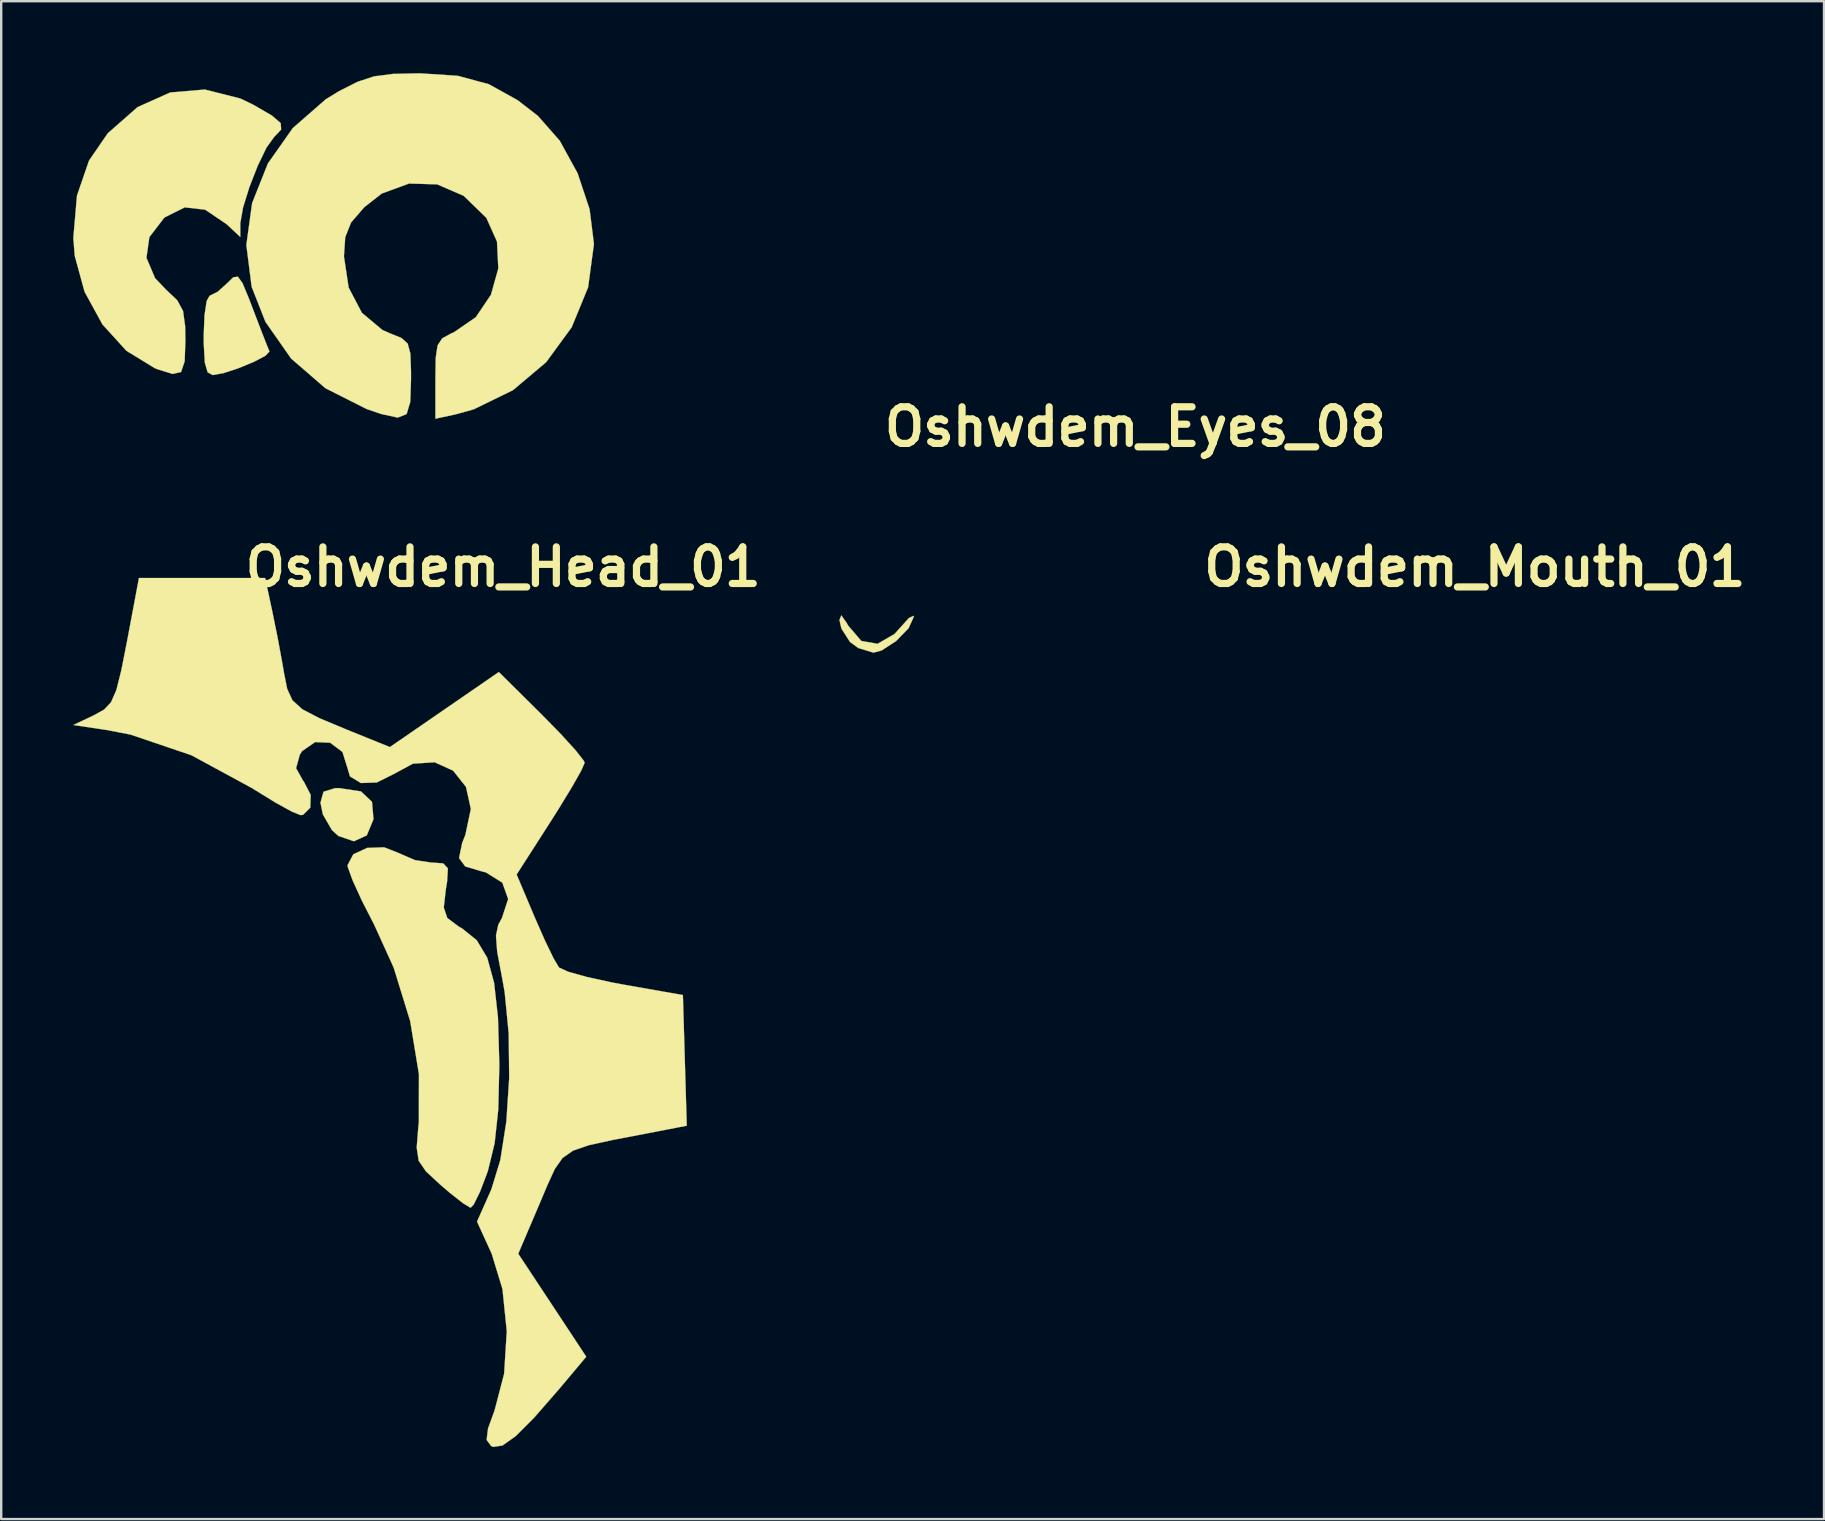
<source format=kicad_pcb>
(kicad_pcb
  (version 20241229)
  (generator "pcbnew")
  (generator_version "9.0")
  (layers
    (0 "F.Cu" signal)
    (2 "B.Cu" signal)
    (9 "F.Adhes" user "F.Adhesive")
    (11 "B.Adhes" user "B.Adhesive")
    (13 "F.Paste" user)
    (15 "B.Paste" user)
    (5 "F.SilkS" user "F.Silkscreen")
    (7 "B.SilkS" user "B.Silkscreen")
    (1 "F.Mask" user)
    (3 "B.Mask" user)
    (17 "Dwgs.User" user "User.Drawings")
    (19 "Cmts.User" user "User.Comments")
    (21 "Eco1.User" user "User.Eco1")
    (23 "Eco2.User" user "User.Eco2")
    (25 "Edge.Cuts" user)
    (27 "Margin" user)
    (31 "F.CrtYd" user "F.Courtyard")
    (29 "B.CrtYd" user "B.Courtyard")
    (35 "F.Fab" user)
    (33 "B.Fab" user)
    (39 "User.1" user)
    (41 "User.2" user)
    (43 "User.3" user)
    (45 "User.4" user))
  (footprint "Oshwdem_Head_01"
    (layer "F.Cu")
    (at 13.403 38.806)
    (property "Reference" "Oshwdem_Head_01" (at 4.508 -18.24 0) (layer "F.SilkS") (effects (font (size 1.524 1.524) (thickness 0.3))))
    (attr through_hole)
    (fp_poly (pts (xy -1.416 -8.889) (xy -0.958 -8.456) (xy -0.895 -7.73) (xy -1.174 -7.057) (xy -1.712 -6.812) (xy -2.359 -7.035) (xy -2.626 -7.277) (xy -3.004 -7.931) (xy -3.104 -8.418) (xy -2.978 -8.875) (xy -2.496 -9.024) (xy -2.328 -9.027) (xy -1.416 -8.889)) (stroke (width 0.01) (type solid)) (fill yes) (layer "F.SilkS"))
    (fp_poly (pts (xy 0.084 -6.351) (xy 0.833 -6.027) (xy 1.499 -5.927) (xy 2.008 -5.892) (xy 2.204 -5.684) (xy 2.173 -5.142) (xy 2.117 -4.799) (xy 2.033 -4.051) (xy 2.179 -3.616) (xy 2.654 -3.261) (xy 2.802 -3.176) (xy 3.407 -2.688) (xy 3.843 -1.96) (xy 4.13 -0.912) (xy 4.291 0.534) (xy 4.346 2.456) (xy 4.346 2.54) (xy 4.303 4.362) (xy 4.151 5.77) (xy 3.874 6.906) (xy 3.848 6.985) (xy 3.54 7.794) (xy 3.275 8.327) (xy 3.152 8.455) (xy 2.849 8.276) (xy 2.283 7.832) (xy 1.888 7.493) (xy 1.29 6.939) (xy 0.987 6.495) (xy 0.905 5.95) (xy 0.972 5.092) (xy 0.994 4.894) (xy 0.998 2.892) (xy 0.634 0.681) (xy -0.056 -1.555) (xy -0.867 -3.338) (xy -1.381 -4.343) (xy -1.768 -5.191) (xy -1.964 -5.734) (xy -1.976 -5.814) (xy -1.736 -6.269) (xy -1.159 -6.536) (xy -0.455 -6.561) (xy 0.084 -6.351)) (stroke (width 0.01) (type solid)) (fill yes) (layer "F.SilkS"))
    (fp_poly (pts (xy -5.108 -16.375) (xy -4.884 -15.272) (xy -4.682 -14.173) (xy -4.626 -13.841) (xy -4.491 -13.162) (xy -4.273 -12.686) (xy -3.86 -12.311) (xy -3.141 -11.936) (xy -2.011 -11.464) (xy -0.212 -10.736) (xy 2.057 -12.299) (xy 4.326 -13.862) (xy 6.114 -12.09) (xy 6.91 -11.276) (xy 7.524 -10.602) (xy 7.863 -10.169) (xy 7.902 -10.082) (xy 7.759 -9.755) (xy 7.374 -9.075) (xy 6.816 -8.16) (xy 6.485 -7.637) (xy 5.068 -5.428) (xy 5.827 -3.631) (xy 6.244 -2.685) (xy 6.606 -1.937) (xy 6.833 -1.552) (xy 7.208 -1.379) (xy 7.997 -1.158) (xy 9.058 -0.927) (xy 9.537 -0.838) (xy 11.994 -0.406) (xy 12.155 5.036) (xy 10.523 5.352) (xy 9.082 5.628) (xy 8.083 5.846) (xy 7.418 6.074) (xy 6.979 6.382) (xy 6.658 6.839) (xy 6.348 7.515) (xy 6.05 8.223) (xy 5.135 10.369) (xy 6.552 12.514) (xy 7.968 14.659) (xy 6.835 16.008) (xy 5.797 17.198) (xy 5.029 17.967) (xy 4.477 18.359) (xy 4.091 18.416) (xy 4.002 18.376) (xy 3.818 18.125) (xy 3.876 17.647) (xy 4.146 16.907) (xy 4.547 15.368) (xy 4.657 13.599) (xy 4.478 11.842) (xy 4.03 10.372) (xy 3.418 9.031) (xy 4.014 7.691) (xy 4.388 6.47) (xy 4.639 4.867) (xy 4.758 3.051) (xy 4.737 1.194) (xy 4.568 -0.536) (xy 4.456 -1.159) (xy 4.257 -2.211) (xy 4.207 -2.884) (xy 4.305 -3.342) (xy 4.455 -3.613) (xy 4.715 -4.406) (xy 4.472 -5.088) (xy 3.785 -5.517) (xy 3.64 -5.551) (xy 2.927 -5.763) (xy 2.669 -6.111) (xy 2.798 -6.74) (xy 2.932 -7.077) (xy 3.161 -8.157) (xy 2.958 -9.077) (xy 2.423 -9.753) (xy 1.653 -10.103) (xy 0.746 -10.044) (xy -0.058 -9.61) (xy -0.757 -9.262) (xy -1.42 -9.238) (xy -1.875 -9.515) (xy -1.976 -9.854) (xy -2.188 -10.534) (xy -2.7 -10.916) (xy -3.324 -10.945) (xy -3.869 -10.569) (xy -3.964 -10.419) (xy -4.12 -9.857) (xy -3.829 -9.335) (xy -3.798 -9.3) (xy -3.511 -8.745) (xy -3.528 -8.211) (xy -3.83 -7.914) (xy -3.933 -7.902) (xy -4.293 -8.046) (xy -4.981 -8.426) (xy -5.854 -8.962) (xy -5.947 -9.022) (xy -8.482 -10.397) (xy -11.012 -11.255) (xy -12.002 -11.446) (xy -13.398 -11.655) (xy -12.531 -12.066) (xy -12.119 -12.296) (xy -11.83 -12.601) (xy -11.608 -13.105) (xy -11.401 -13.927) (xy -11.164 -15.128) (xy -10.665 -17.78) (xy -5.409 -17.78) (xy -5.108 -16.375)) (stroke (width 0.01) (type solid)) (fill yes) (layer "F.SilkS")))
  (footprint "Oshwdem_Mouth_01"
    (layer "F.Cu")
    (at 33.607 23.007)
    (property "Reference" "Oshwdem_Mouth_01" (at 24.778 -2.441 0) (layer "F.SilkS") (effects (font (size 1.524 1.524) (thickness 0.3))))
    (attr through_hole)
    (fp_poly (pts (xy -1.374 -0.087) (xy -1.329 0) (xy -0.778 0.642) (xy -0.1 0.761) (xy 0.606 0.352) (xy 0.814 0.118) (xy 1.205 -0.313) (xy 1.405 -0.405) (xy 1.411 -0.373) (xy 1.191 0.112) (xy 0.672 0.646) (xy 0.068 1.039) (xy -0.273 1.129) (xy -0.902 0.938) (xy -1.25 0.685) (xy -1.61 0.122) (xy -1.689 -0.232) (xy -1.61 -0.424) (xy -1.374 -0.087)) (stroke (width 0.01) (type solid)) (fill yes) (layer "F.SilkS")))
  (footprint "Oshwdem_Eyes_08"
    (layer "F.Cu")
    (at 10.769 6.986)
    (property "Reference" "Oshwdem_Eyes_08" (at 33.477 7.744 0) (layer "F.SilkS") (effects (font (size 1.524 1.524) (thickness 0.3))))
    (attr through_hole)
    (fp_poly (pts (xy -3.716 1.761) (xy -3.448 2.405) (xy -3.278 2.849) (xy -2.96 3.681) (xy -2.714 4.312) (xy -2.595 4.604) (xy -2.756 4.78) (xy -3.239 5.035) (xy -3.878 5.3) (xy -4.509 5.507) (xy -4.958 5.588) (xy -5.17 5.473) (xy -5.287 5.067) (xy -5.332 4.277) (xy -5.334 3.937) (xy -5.3 3.096) (xy -5.21 2.502) (xy -5.09 2.286) (xy -4.752 2.117) (xy -4.365 1.77) (xy -4.103 1.515) (xy -3.91 1.489) (xy -3.716 1.761)) (stroke (width 0.01) (type solid)) (fill yes) (layer "F.SilkS"))
    (fp_poly (pts (xy -3.806 -5.932) (xy -3.273 -5.675) (xy -2.496 -5.225) (xy -2.125 -4.907) (xy -2.108 -4.638) (xy -2.391 -4.336) (xy -2.403 -4.326) (xy -2.715 -3.892) (xy -3.079 -3.14) (xy -3.429 -2.247) (xy -3.695 -1.389) (xy -3.809 -0.741) (xy -3.81 -0.708) (xy -3.81 -0.165) (xy -4.381 -0.699) (xy -5.273 -1.301) (xy -6.122 -1.398) (xy -6.939 -0.992) (xy -6.992 -0.948) (xy -7.597 -0.158) (xy -7.719 0.702) (xy -7.36 1.55) (xy -6.9 2.033) (xy -6.434 2.474) (xy -6.194 2.919) (xy -6.106 3.558) (xy -6.096 4.146) (xy -6.127 5.018) (xy -6.276 5.458) (xy -6.626 5.542) (xy -7.259 5.346) (xy -7.366 5.304) (xy -8.551 4.579) (xy -9.552 3.478) (xy -10.296 2.118) (xy -10.706 0.621) (xy -10.764 -0.127) (xy -10.613 -1.886) (xy -10.113 -3.343) (xy -9.332 -4.482) (xy -8.091 -5.573) (xy -6.729 -6.184) (xy -5.287 -6.306) (xy -3.806 -5.932)) (stroke (width 0.01) (type solid)) (fill yes) (layer "F.SilkS"))
    (fp_poly (pts (xy 3.683 -6.981) (xy 5.255 -6.877) (xy 6.544 -6.528) (xy 7.742 -5.863) (xy 8.587 -5.209) (xy 9.497 -4.175) (xy 10.242 -2.818) (xy 10.742 -1.317) (xy 10.922 0.127) (xy 10.68 1.93) (xy 9.996 3.596) (xy 8.932 5.051) (xy 7.55 6.216) (xy 5.913 7.015) (xy 5.144 7.228) (xy 4.318 7.406) (xy 4.318 5.766) (xy 4.331 4.874) (xy 4.408 4.352) (xy 4.601 4.059) (xy 4.967 3.857) (xy 5.087 3.807) (xy 6.001 3.177) (xy 6.631 2.244) (xy 6.939 1.146) (xy 6.883 0.025) (xy 6.439 -0.962) (xy 5.499 -1.877) (xy 4.394 -2.356) (xy 3.222 -2.391) (xy 2.083 -1.974) (xy 1.352 -1.402) (xy 0.805 -0.767) (xy 0.561 -0.151) (xy 0.508 0.643) (xy 0.704 1.943) (xy 1.256 2.995) (xy 2.111 3.711) (xy 2.427 3.849) (xy 2.903 4.042) (xy 3.164 4.277) (xy 3.276 4.693) (xy 3.302 5.431) (xy 3.302 5.766) (xy 3.272 6.701) (xy 3.12 7.211) (xy 2.748 7.359) (xy 2.062 7.21) (xy 1.448 7) (xy -0.264 6.136) (xy -1.69 4.902) (xy -2.762 3.37) (xy -3.337 1.909) (xy -3.557 0.167) (xy -3.317 -1.576) (xy -2.659 -3.228) (xy -1.623 -4.7) (xy -0.249 -5.9) (xy 0.299 -6.236) (xy 1.075 -6.629) (xy 1.764 -6.855) (xy 2.562 -6.958) (xy 3.668 -6.981) (xy 3.683 -6.981)) (stroke (width 0.01) (type solid)) (fill yes) (layer "F.SilkS")))
  (gr_rect
    (start -3 -3)
    (end 72.931 60.227)
    (stroke (width 0.1) (type default))
    (fill no)
    (layer "Edge.Cuts")))
</source>
